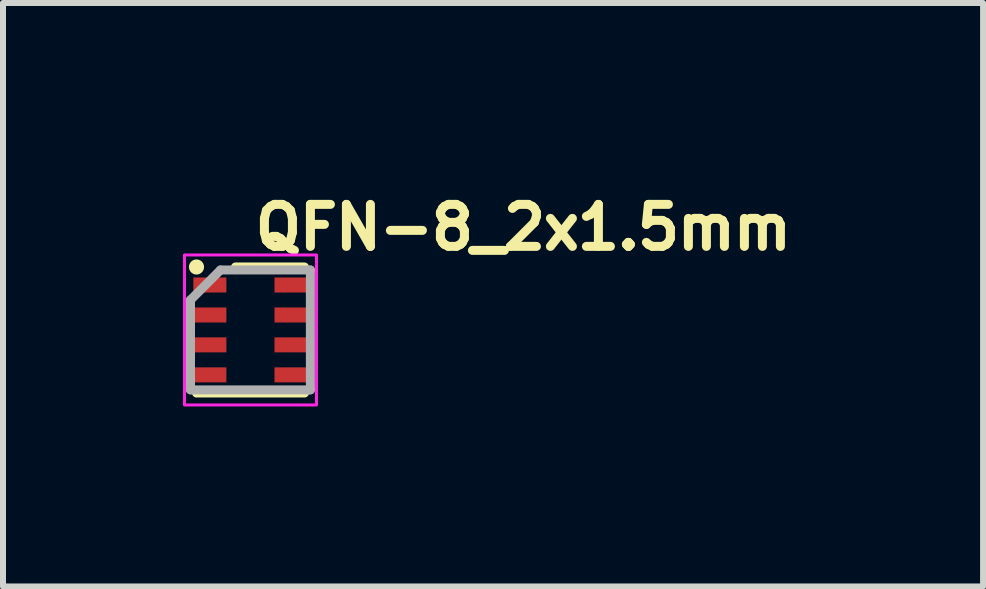
<source format=kicad_pcb>
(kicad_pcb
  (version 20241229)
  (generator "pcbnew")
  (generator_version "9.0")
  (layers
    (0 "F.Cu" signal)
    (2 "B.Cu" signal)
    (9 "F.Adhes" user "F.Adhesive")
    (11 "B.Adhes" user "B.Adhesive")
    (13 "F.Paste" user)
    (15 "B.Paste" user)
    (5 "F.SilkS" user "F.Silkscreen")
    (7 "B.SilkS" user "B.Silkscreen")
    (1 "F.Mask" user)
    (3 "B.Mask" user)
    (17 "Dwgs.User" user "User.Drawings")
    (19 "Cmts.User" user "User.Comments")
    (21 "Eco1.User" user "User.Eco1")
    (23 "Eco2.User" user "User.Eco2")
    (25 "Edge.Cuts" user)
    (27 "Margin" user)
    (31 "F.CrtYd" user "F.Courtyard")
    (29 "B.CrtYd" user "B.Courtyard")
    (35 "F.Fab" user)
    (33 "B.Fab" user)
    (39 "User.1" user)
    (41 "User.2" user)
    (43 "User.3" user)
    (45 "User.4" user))
  (footprint "QFN-8_2x1.5mm"
    (layer "F.Cu")
    (at 1.125 2.45)
    (property "Reference" "QFN-8_2x1.5mm" (at 0 -1.3 0) (layer "F.SilkS") (effects (font (size 0.7 0.7) (thickness 0.15)) (justify left bottom)))
    (attr smd)
    (fp_line (start -0.9 1.05) (end 0.9 1.05) (stroke (width 0.15) (type solid)) (layer "F.SilkS"))
    (fp_line (start -0.25 -1.05) (end 0.9 -1.05) (stroke (width 0.15) (type solid)) (layer "F.SilkS"))
    (fp_circle (center -0.9 -1.05) (end -0.849 -1.05) (stroke (width 0.15) (type solid)) (fill yes) (layer "F.SilkS"))
    (fp_rect (start -1.1 -1.25) (end 1.1 1.25) (stroke (width 0.05) (type solid)) (fill no) (layer "F.CrtYd"))
    (fp_line (start -1 -0.5) (end -0.5 -1) (stroke (width 0.15) (type solid)) (layer "F.Fab"))
    (fp_line (start -1 0.998) (end -1 -0.5) (stroke (width 0.15) (type solid)) (layer "F.Fab"))
    (fp_line (start -0.5 -1) (end 0.998 -1) (stroke (width 0.15) (type solid)) (layer "F.Fab"))
    (fp_line (start 0.998 -1) (end 0.998 0.998) (stroke (width 0.15) (type solid)) (layer "F.Fab"))
    (fp_line (start 0.998 0.998) (end -1 0.998) (stroke (width 0.15) (type solid)) (layer "F.Fab"))
    (fp_rect (start -0.75 -1) (end 0.748 0.998) (stroke (width 0.1) (type solid)) (fill no) (layer "User.5"))
    (fp_line (start -0.75 -1) (end 0.748 -1) (stroke (width 0.02) (type solid)) (layer "User.9"))
    (fp_line (start -0.75 0.998) (end -0.75 -1) (stroke (width 0.02) (type solid)) (layer "User.9"))
    (fp_line (start 0.748 -1) (end 0.748 0.998) (stroke (width 0.02) (type solid)) (layer "User.9"))
    (fp_line (start 0.748 0.998) (end -0.75 0.998) (stroke (width 0.02) (type solid)) (layer "User.9"))
    (pad "1" smd rect (at -0.677 -0.75) (size 0.55 0.25) (layers "F.Cu" "F.Mask" "F.Paste"))
    (pad "2" smd rect (at -0.677 -0.25) (size 0.55 0.25) (layers "F.Cu" "F.Mask" "F.Paste"))
    (pad "3" smd rect (at -0.677 0.248) (size 0.55 0.25) (layers "F.Cu" "F.Mask" "F.Paste"))
    (pad "4" smd rect (at -0.677 0.748) (size 0.55 0.25) (layers "F.Cu" "F.Mask" "F.Paste"))
    (pad "5" smd rect (at 0.675 0.748) (size 0.55 0.25) (layers "F.Cu" "F.Mask" "F.Paste"))
    (pad "6" smd rect (at 0.675 0.248) (size 0.55 0.25) (layers "F.Cu" "F.Mask" "F.Paste"))
    (pad "7" smd rect (at 0.675 -0.25) (size 0.55 0.25) (layers "F.Cu" "F.Mask" "F.Paste"))
    (pad "8" smd rect (at 0.675 -0.75) (size 0.55 0.25) (layers "F.Cu" "F.Mask" "F.Paste")))
  (gr_rect
    (start -3 -3)
    (end 13.335 6.725)
    (stroke (width 0.1) (type default))
    (fill no)
    (layer "Edge.Cuts")))
</source>
